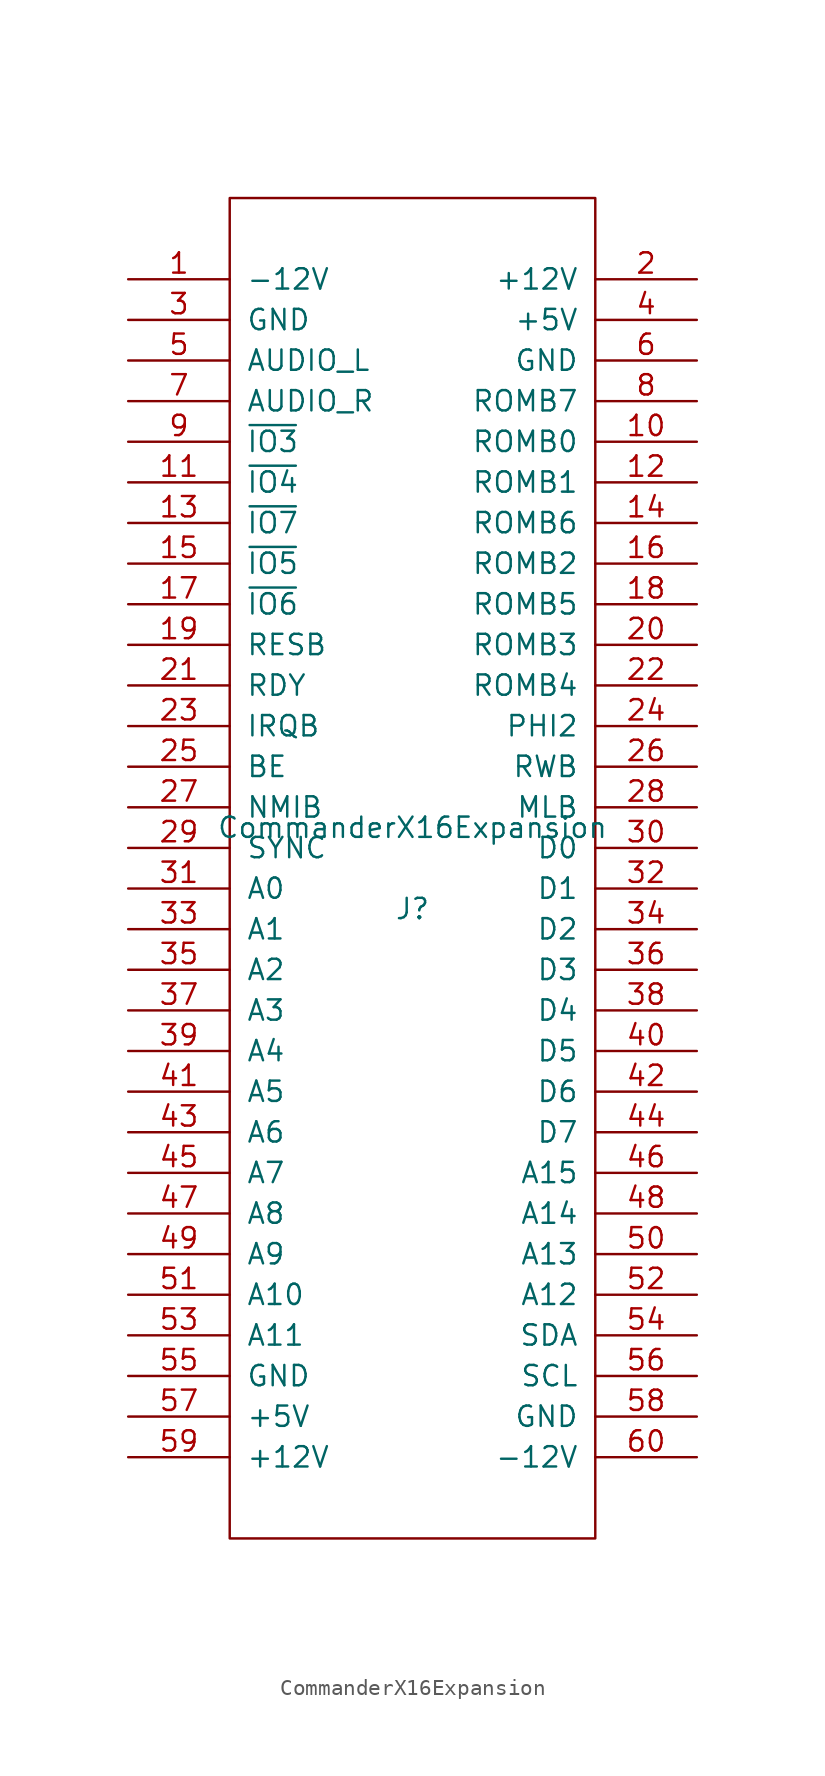
<source format=kicad_sym>
(kicad_symbol_lib
  (version 20231120)
  (generator "kicad_symbol_editor")
  (generator_version "8.0")
  (symbol "CommanderX16Expansion"
    (pin_names
      (offset 1.016))
    (property "Reference" "J"
      (at 0 -2.54 0)
      (effects (font (size 1.27 1.27))))
    (property "Value" "CommanderX16Expansion"
      (at 0 2.54 0)
      (effects (font (size 1.27 1.27))))
    (symbol "CommanderX16Expansion_1_0"
      (rectangle (start -11.43 -41.91) (end 11.43 41.91) (stroke (width 0) (type solid)) (fill (type none))))
    (symbol "CommanderX16Expansion_1_1"
      (pin power_out line (at -17.78 36.83 0) (length 6.35) (name "-12V" (effects (font (size 1.27 1.27)))) (number "1" (effects (font (size 1.27 1.27)))))
      (pin output line (at 17.78 26.67 180) (length 6.35) (name "ROMB0" (effects (font (size 1.27 1.27)))) (number "10" (effects (font (size 1.27 1.27)))))
      (pin output line (at -17.78 24.13 0) (length 6.35) (name "~{IO4}" (effects (font (size 1.27 1.27)))) (number "11" (effects (font (size 1.27 1.27)))))
      (pin output line (at 17.78 24.13 180) (length 6.35) (name "ROMB1" (effects (font (size 1.27 1.27)))) (number "12" (effects (font (size 1.27 1.27)))))
      (pin output line (at -17.78 21.59 0) (length 6.35) (name "~{IO7}" (effects (font (size 1.27 1.27)))) (number "13" (effects (font (size 1.27 1.27)))))
      (pin output line (at 17.78 21.59 180) (length 6.35) (name "ROMB6" (effects (font (size 1.27 1.27)))) (number "14" (effects (font (size 1.27 1.27)))))
      (pin output line (at -17.78 19.05 0) (length 6.35) (name "~{IO5}" (effects (font (size 1.27 1.27)))) (number "15" (effects (font (size 1.27 1.27)))))
      (pin output line (at 17.78 19.05 180) (length 6.35) (name "ROMB2" (effects (font (size 1.27 1.27)))) (number "16" (effects (font (size 1.27 1.27)))))
      (pin output line (at -17.78 16.51 0) (length 6.35) (name "~{IO6}" (effects (font (size 1.27 1.27)))) (number "17" (effects (font (size 1.27 1.27)))))
      (pin output line (at 17.78 16.51 180) (length 6.35) (name "ROMB5" (effects (font (size 1.27 1.27)))) (number "18" (effects (font (size 1.27 1.27)))))
      (pin bidirectional line (at -17.78 13.97 0) (length 6.35) (name "RESB" (effects (font (size 1.27 1.27)))) (number "19" (effects (font (size 1.27 1.27)))))
      (pin power_out line (at 17.78 36.83 180) (length 6.35) (name "+12V" (effects (font (size 1.27 1.27)))) (number "2" (effects (font (size 1.27 1.27)))))
      (pin output line (at 17.78 13.97 180) (length 6.35) (name "ROMB3" (effects (font (size 1.27 1.27)))) (number "20" (effects (font (size 1.27 1.27)))))
      (pin bidirectional line (at -17.78 11.43 0) (length 6.35) (name "RDY" (effects (font (size 1.27 1.27)))) (number "21" (effects (font (size 1.27 1.27)))))
      (pin output line (at 17.78 11.43 180) (length 6.35) (name "ROMB4" (effects (font (size 1.27 1.27)))) (number "22" (effects (font (size 1.27 1.27)))))
      (pin input line (at -17.78 8.89 0) (length 6.35) (name "IRQB" (effects (font (size 1.27 1.27)))) (number "23" (effects (font (size 1.27 1.27)))))
      (pin output line (at 17.78 8.89 180) (length 6.35) (name "PHI2" (effects (font (size 1.27 1.27)))) (number "24" (effects (font (size 1.27 1.27)))))
      (pin input line (at -17.78 6.35 0) (length 6.35) (name "BE" (effects (font (size 1.27 1.27)))) (number "25" (effects (font (size 1.27 1.27)))))
      (pin output line (at 17.78 6.35 180) (length 6.35) (name "RWB" (effects (font (size 1.27 1.27)))) (number "26" (effects (font (size 1.27 1.27)))))
      (pin input line (at -17.78 3.81 0) (length 6.35) (name "NMIB" (effects (font (size 1.27 1.27)))) (number "27" (effects (font (size 1.27 1.27)))))
      (pin output line (at 17.78 3.81 180) (length 6.35) (name "MLB" (effects (font (size 1.27 1.27)))) (number "28" (effects (font (size 1.27 1.27)))))
      (pin output line (at -17.78 1.27 0) (length 6.35) (name "SYNC" (effects (font (size 1.27 1.27)))) (number "29" (effects (font (size 1.27 1.27)))))
      (pin power_out line (at -17.78 34.29 0) (length 6.35) (name "GND" (effects (font (size 1.27 1.27)))) (number "3" (effects (font (size 1.27 1.27)))))
      (pin bidirectional line (at 17.78 1.27 180) (length 6.35) (name "D0" (effects (font (size 1.27 1.27)))) (number "30" (effects (font (size 1.27 1.27)))))
      (pin output line (at -17.78 -1.27 0) (length 6.35) (name "A0" (effects (font (size 1.27 1.27)))) (number "31" (effects (font (size 1.27 1.27)))))
      (pin bidirectional line (at 17.78 -1.27 180) (length 6.35) (name "D1" (effects (font (size 1.27 1.27)))) (number "32" (effects (font (size 1.27 1.27)))))
      (pin output line (at -17.78 -3.81 0) (length 6.35) (name "A1" (effects (font (size 1.27 1.27)))) (number "33" (effects (font (size 1.27 1.27)))))
      (pin bidirectional line (at 17.78 -3.81 180) (length 6.35) (name "D2" (effects (font (size 1.27 1.27)))) (number "34" (effects (font (size 1.27 1.27)))))
      (pin output line (at -17.78 -6.35 0) (length 6.35) (name "A2" (effects (font (size 1.27 1.27)))) (number "35" (effects (font (size 1.27 1.27)))))
      (pin bidirectional line (at 17.78 -6.35 180) (length 6.35) (name "D3" (effects (font (size 1.27 1.27)))) (number "36" (effects (font (size 1.27 1.27)))))
      (pin output line (at -17.78 -8.89 0) (length 6.35) (name "A3" (effects (font (size 1.27 1.27)))) (number "37" (effects (font (size 1.27 1.27)))))
      (pin bidirectional line (at 17.78 -8.89 180) (length 6.35) (name "D4" (effects (font (size 1.27 1.27)))) (number "38" (effects (font (size 1.27 1.27)))))
      (pin output line (at -17.78 -11.43 0) (length 6.35) (name "A4" (effects (font (size 1.27 1.27)))) (number "39" (effects (font (size 1.27 1.27)))))
      (pin power_out line (at 17.78 34.29 180) (length 6.35) (name "+5V" (effects (font (size 1.27 1.27)))) (number "4" (effects (font (size 1.27 1.27)))))
      (pin bidirectional line (at 17.78 -11.43 180) (length 6.35) (name "D5" (effects (font (size 1.27 1.27)))) (number "40" (effects (font (size 1.27 1.27)))))
      (pin output line (at -17.78 -13.97 0) (length 6.35) (name "A5" (effects (font (size 1.27 1.27)))) (number "41" (effects (font (size 1.27 1.27)))))
      (pin bidirectional line (at 17.78 -13.97 180) (length 6.35) (name "D6" (effects (font (size 1.27 1.27)))) (number "42" (effects (font (size 1.27 1.27)))))
      (pin output line (at -17.78 -16.51 0) (length 6.35) (name "A6" (effects (font (size 1.27 1.27)))) (number "43" (effects (font (size 1.27 1.27)))))
      (pin bidirectional line (at 17.78 -16.51 180) (length 6.35) (name "D7" (effects (font (size 1.27 1.27)))) (number "44" (effects (font (size 1.27 1.27)))))
      (pin output line (at -17.78 -19.05 0) (length 6.35) (name "A7" (effects (font (size 1.27 1.27)))) (number "45" (effects (font (size 1.27 1.27)))))
      (pin output line (at 17.78 -19.05 180) (length 6.35) (name "A15" (effects (font (size 1.27 1.27)))) (number "46" (effects (font (size 1.27 1.27)))))
      (pin output line (at -17.78 -21.59 0) (length 6.35) (name "A8" (effects (font (size 1.27 1.27)))) (number "47" (effects (font (size 1.27 1.27)))))
      (pin output line (at 17.78 -21.59 180) (length 6.35) (name "A14" (effects (font (size 1.27 1.27)))) (number "48" (effects (font (size 1.27 1.27)))))
      (pin output line (at -17.78 -24.13 0) (length 6.35) (name "A9" (effects (font (size 1.27 1.27)))) (number "49" (effects (font (size 1.27 1.27)))))
      (pin bidirectional line (at -17.78 31.75 0) (length 6.35) (name "AUDIO_L" (effects (font (size 1.27 1.27)))) (number "5" (effects (font (size 1.27 1.27)))))
      (pin output line (at 17.78 -24.13 180) (length 6.35) (name "A13" (effects (font (size 1.27 1.27)))) (number "50" (effects (font (size 1.27 1.27)))))
      (pin output line (at -17.78 -26.67 0) (length 6.35) (name "A10" (effects (font (size 1.27 1.27)))) (number "51" (effects (font (size 1.27 1.27)))))
      (pin output line (at 17.78 -26.67 180) (length 6.35) (name "A12" (effects (font (size 1.27 1.27)))) (number "52" (effects (font (size 1.27 1.27)))))
      (pin output line (at -17.78 -29.21 0) (length 6.35) (name "A11" (effects (font (size 1.27 1.27)))) (number "53" (effects (font (size 1.27 1.27)))))
      (pin bidirectional line (at 17.78 -29.21 180) (length 6.35) (name "SDA" (effects (font (size 1.27 1.27)))) (number "54" (effects (font (size 1.27 1.27)))))
      (pin power_out line (at -17.78 -31.75 0) (length 6.35) (name "GND" (effects (font (size 1.27 1.27)))) (number "55" (effects (font (size 1.27 1.27)))))
      (pin output line (at 17.78 -31.75 180) (length 6.35) (name "SCL" (effects (font (size 1.27 1.27)))) (number "56" (effects (font (size 1.27 1.27)))))
      (pin power_out line (at -17.78 -34.29 0) (length 6.35) (name "+5V" (effects (font (size 1.27 1.27)))) (number "57" (effects (font (size 1.27 1.27)))))
      (pin power_out line (at 17.78 -34.29 180) (length 6.35) (name "GND" (effects (font (size 1.27 1.27)))) (number "58" (effects (font (size 1.27 1.27)))))
      (pin power_out line (at -17.78 -36.83 0) (length 6.35) (name "+12V" (effects (font (size 1.27 1.27)))) (number "59" (effects (font (size 1.27 1.27)))))
      (pin power_out line (at 17.78 31.75 180) (length 6.35) (name "GND" (effects (font (size 1.27 1.27)))) (number "6" (effects (font (size 1.27 1.27)))))
      (pin power_out line (at 17.78 -36.83 180) (length 6.35) (name "-12V" (effects (font (size 1.27 1.27)))) (number "60" (effects (font (size 1.27 1.27)))))
      (pin bidirectional line (at -17.78 29.21 0) (length 6.35) (name "AUDIO_R" (effects (font (size 1.27 1.27)))) (number "7" (effects (font (size 1.27 1.27)))))
      (pin output line (at 17.78 29.21 180) (length 6.35) (name "ROMB7" (effects (font (size 1.27 1.27)))) (number "8" (effects (font (size 1.27 1.27)))))
      (pin output line (at -17.78 26.67 0) (length 6.35) (name "~{IO3}" (effects (font (size 1.27 1.27)))) (number "9" (effects (font (size 1.27 1.27))))))))
</source>
